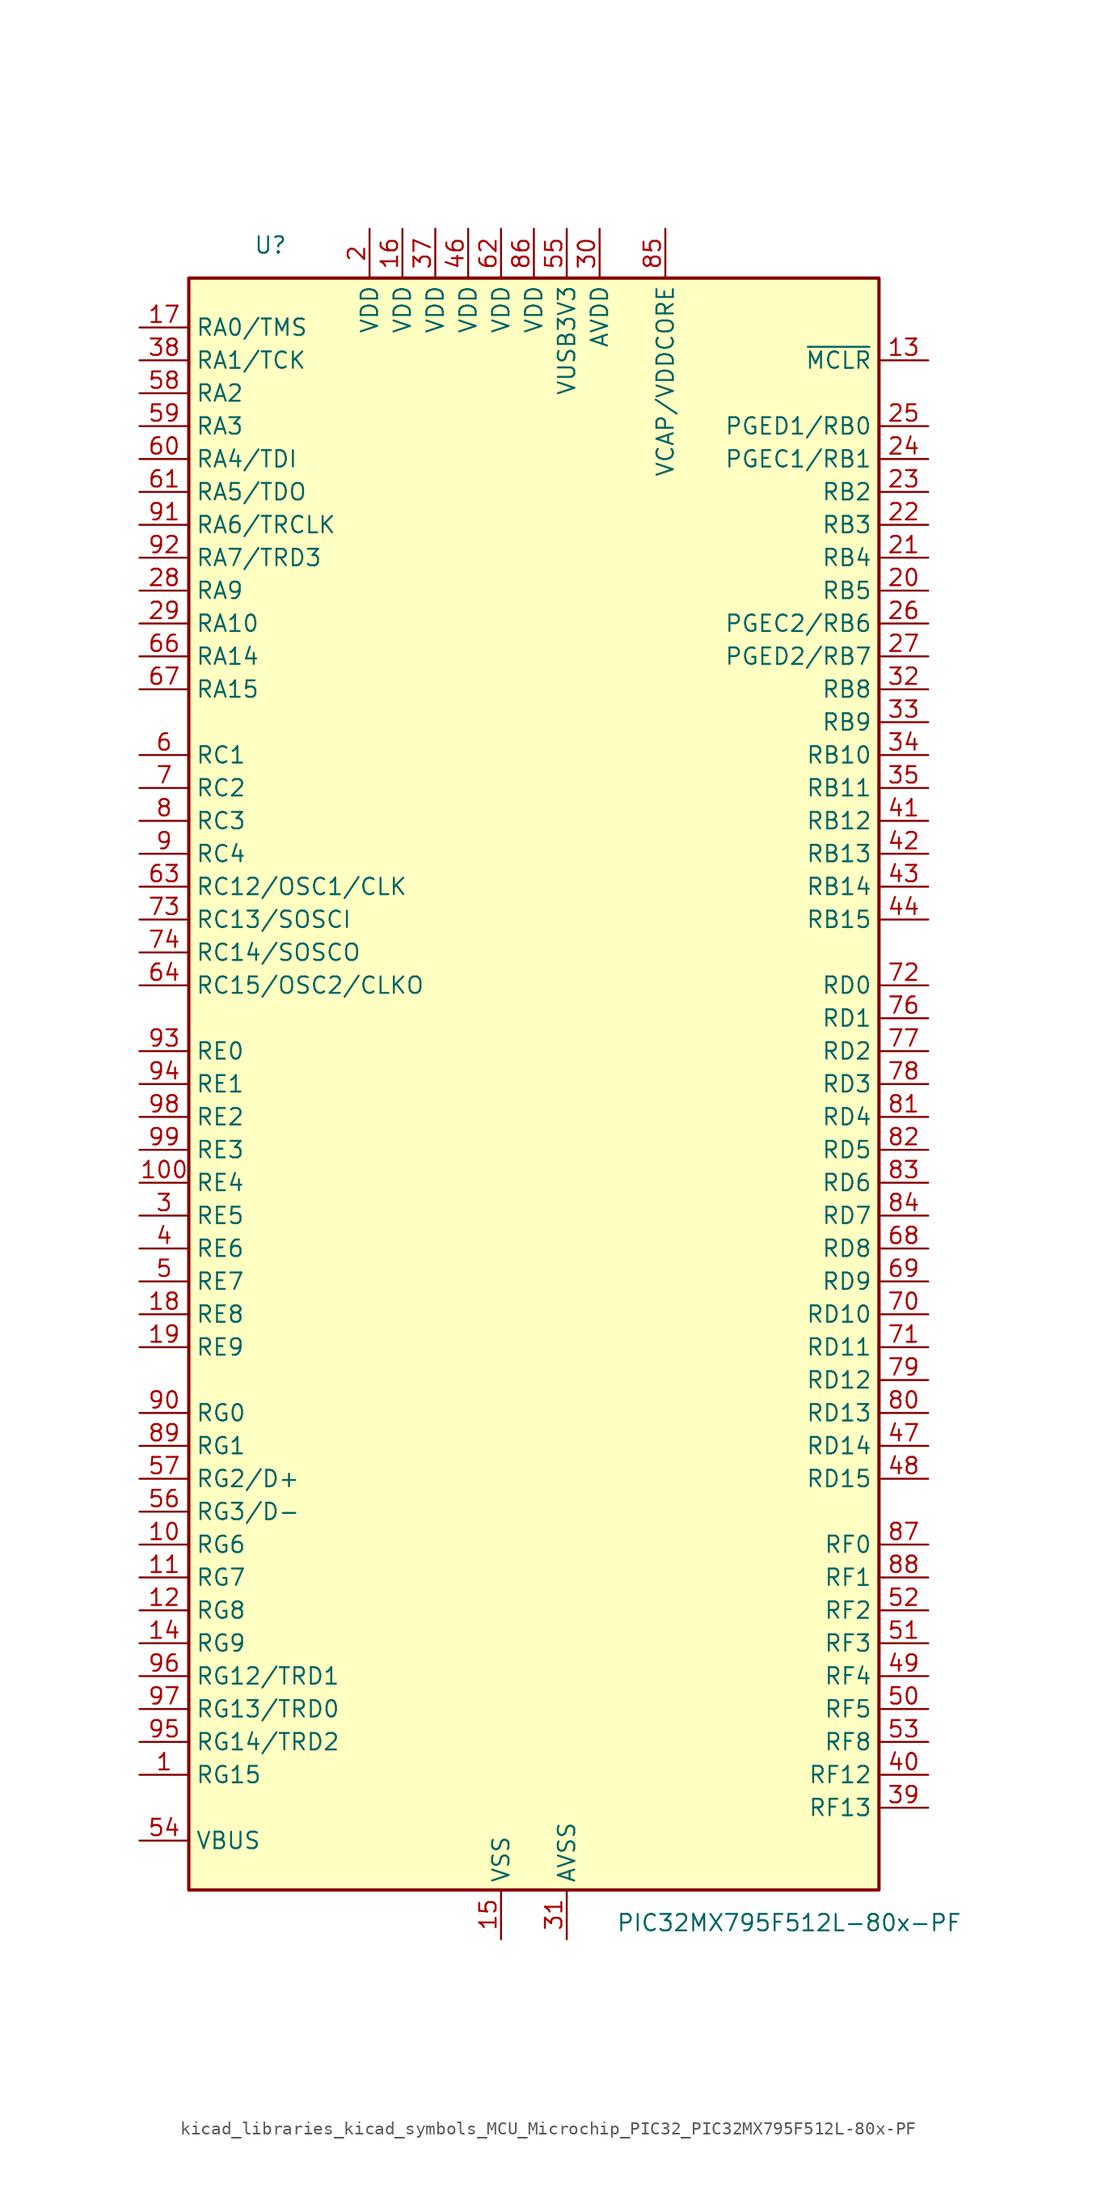
<source format=kicad_sym>
(kicad_symbol_lib
  (version 20220914)
  (generator kicad_symbol_editor)
  (symbol "kicad_libraries_kicad_symbols_MCU_Microchip_PIC32_PIC32MX795F512L-80x-PF"
    (property "Reference" "U"
      (at -19.05 64.77 0)
      (effects (font (size 1.27 1.27)) (justify right)))
    (property "Value" "PIC32MX795F512L-80x-PF"
      (at 6.35 -64.77 0)
      (effects (font (size 1.27 1.27)) (justify left)))
    (symbol "kicad_libraries_kicad_symbols_MCU_Microchip_PIC32_PIC32MX795F512L-80x-PF_0_1"
      (rectangle (start -26.67 62.23) (end 26.67 -62.23) (stroke (width 0.254) (type default)) (fill (type background))))
    (symbol "kicad_libraries_kicad_symbols_MCU_Microchip_PIC32_PIC32MX795F512L-80x-PF_1_1"
      (pin bidirectional line (at -30.48 -53.34 0) (length 3.81) (name "RG15" (effects (font (size 1.27 1.27)))) (number "1" (effects (font (size 1.27 1.27)))))
      (pin bidirectional line (at -30.48 -35.56 0) (length 3.81) (name "RG6" (effects (font (size 1.27 1.27)))) (number "10" (effects (font (size 1.27 1.27)))))
      (pin bidirectional line (at -30.48 -7.62 0) (length 3.81) (name "RE4" (effects (font (size 1.27 1.27)))) (number "100" (effects (font (size 1.27 1.27)))))
      (pin bidirectional line (at -30.48 -38.1 0) (length 3.81) (name "RG7" (effects (font (size 1.27 1.27)))) (number "11" (effects (font (size 1.27 1.27)))))
      (pin bidirectional line (at -30.48 -40.64 0) (length 3.81) (name "RG8" (effects (font (size 1.27 1.27)))) (number "12" (effects (font (size 1.27 1.27)))))
      (pin input line (at 30.48 55.88 180) (length 3.81) (name "~{MCLR}" (effects (font (size 1.27 1.27)))) (number "13" (effects (font (size 1.27 1.27)))))
      (pin bidirectional line (at -30.48 -43.18 0) (length 3.81) (name "RG9" (effects (font (size 1.27 1.27)))) (number "14" (effects (font (size 1.27 1.27)))))
      (pin power_in line (at -2.54 -66.04 90) (length 3.81) (name "VSS" (effects (font (size 1.27 1.27)))) (number "15" (effects (font (size 1.27 1.27)))))
      (pin power_in line (at -10.16 66.04 270) (length 3.81) (name "VDD" (effects (font (size 1.27 1.27)))) (number "16" (effects (font (size 1.27 1.27)))))
      (pin bidirectional line (at -30.48 58.42 0) (length 3.81) (name "RA0/TMS" (effects (font (size 1.27 1.27)))) (number "17" (effects (font (size 1.27 1.27)))))
      (pin bidirectional line (at -30.48 -17.78 0) (length 3.81) (name "RE8" (effects (font (size 1.27 1.27)))) (number "18" (effects (font (size 1.27 1.27)))))
      (pin bidirectional line (at -30.48 -20.32 0) (length 3.81) (name "RE9" (effects (font (size 1.27 1.27)))) (number "19" (effects (font (size 1.27 1.27)))))
      (pin power_in line (at -12.7 66.04 270) (length 3.81) (name "VDD" (effects (font (size 1.27 1.27)))) (number "2" (effects (font (size 1.27 1.27)))))
      (pin bidirectional line (at 30.48 38.1 180) (length 3.81) (name "RB5" (effects (font (size 1.27 1.27)))) (number "20" (effects (font (size 1.27 1.27)))))
      (pin bidirectional line (at 30.48 40.64 180) (length 3.81) (name "RB4" (effects (font (size 1.27 1.27)))) (number "21" (effects (font (size 1.27 1.27)))))
      (pin bidirectional line (at 30.48 43.18 180) (length 3.81) (name "RB3" (effects (font (size 1.27 1.27)))) (number "22" (effects (font (size 1.27 1.27)))))
      (pin bidirectional line (at 30.48 45.72 180) (length 3.81) (name "RB2" (effects (font (size 1.27 1.27)))) (number "23" (effects (font (size 1.27 1.27)))))
      (pin bidirectional line (at 30.48 48.26 180) (length 3.81) (name "PGEC1/RB1" (effects (font (size 1.27 1.27)))) (number "24" (effects (font (size 1.27 1.27)))))
      (pin bidirectional line (at 30.48 50.8 180) (length 3.81) (name "PGED1/RB0" (effects (font (size 1.27 1.27)))) (number "25" (effects (font (size 1.27 1.27)))))
      (pin bidirectional line (at 30.48 35.56 180) (length 3.81) (name "PGEC2/RB6" (effects (font (size 1.27 1.27)))) (number "26" (effects (font (size 1.27 1.27)))))
      (pin bidirectional line (at 30.48 33.02 180) (length 3.81) (name "PGED2/RB7" (effects (font (size 1.27 1.27)))) (number "27" (effects (font (size 1.27 1.27)))))
      (pin bidirectional line (at -30.48 38.1 0) (length 3.81) (name "RA9" (effects (font (size 1.27 1.27)))) (number "28" (effects (font (size 1.27 1.27)))))
      (pin bidirectional line (at -30.48 35.56 0) (length 3.81) (name "RA10" (effects (font (size 1.27 1.27)))) (number "29" (effects (font (size 1.27 1.27)))))
      (pin bidirectional line (at -30.48 -10.16 0) (length 3.81) (name "RE5" (effects (font (size 1.27 1.27)))) (number "3" (effects (font (size 1.27 1.27)))))
      (pin power_in line (at 5.08 66.04 270) (length 3.81) (name "AVDD" (effects (font (size 1.27 1.27)))) (number "30" (effects (font (size 1.27 1.27)))))
      (pin power_in line (at 2.54 -66.04 90) (length 3.81) (name "AVSS" (effects (font (size 1.27 1.27)))) (number "31" (effects (font (size 1.27 1.27)))))
      (pin bidirectional line (at 30.48 30.48 180) (length 3.81) (name "RB8" (effects (font (size 1.27 1.27)))) (number "32" (effects (font (size 1.27 1.27)))))
      (pin bidirectional line (at 30.48 27.94 180) (length 3.81) (name "RB9" (effects (font (size 1.27 1.27)))) (number "33" (effects (font (size 1.27 1.27)))))
      (pin bidirectional line (at 30.48 25.4 180) (length 3.81) (name "RB10" (effects (font (size 1.27 1.27)))) (number "34" (effects (font (size 1.27 1.27)))))
      (pin bidirectional line (at 30.48 22.86 180) (length 3.81) (name "RB11" (effects (font (size 1.27 1.27)))) (number "35" (effects (font (size 1.27 1.27)))))
      (pin passive line (at -2.54 -66.04 90) (length 3.81) hide (name "VSS" (effects (font (size 1.27 1.27)))) (number "36" (effects (font (size 1.27 1.27)))))
      (pin power_in line (at -7.62 66.04 270) (length 3.81) (name "VDD" (effects (font (size 1.27 1.27)))) (number "37" (effects (font (size 1.27 1.27)))))
      (pin bidirectional line (at -30.48 55.88 0) (length 3.81) (name "RA1/TCK" (effects (font (size 1.27 1.27)))) (number "38" (effects (font (size 1.27 1.27)))))
      (pin bidirectional line (at 30.48 -55.88 180) (length 3.81) (name "RF13" (effects (font (size 1.27 1.27)))) (number "39" (effects (font (size 1.27 1.27)))))
      (pin bidirectional line (at -30.48 -12.7 0) (length 3.81) (name "RE6" (effects (font (size 1.27 1.27)))) (number "4" (effects (font (size 1.27 1.27)))))
      (pin bidirectional line (at 30.48 -53.34 180) (length 3.81) (name "RF12" (effects (font (size 1.27 1.27)))) (number "40" (effects (font (size 1.27 1.27)))))
      (pin bidirectional line (at 30.48 20.32 180) (length 3.81) (name "RB12" (effects (font (size 1.27 1.27)))) (number "41" (effects (font (size 1.27 1.27)))))
      (pin bidirectional line (at 30.48 17.78 180) (length 3.81) (name "RB13" (effects (font (size 1.27 1.27)))) (number "42" (effects (font (size 1.27 1.27)))))
      (pin bidirectional line (at 30.48 15.24 180) (length 3.81) (name "RB14" (effects (font (size 1.27 1.27)))) (number "43" (effects (font (size 1.27 1.27)))))
      (pin bidirectional line (at 30.48 12.7 180) (length 3.81) (name "RB15" (effects (font (size 1.27 1.27)))) (number "44" (effects (font (size 1.27 1.27)))))
      (pin passive line (at -2.54 -66.04 90) (length 3.81) hide (name "VSS" (effects (font (size 1.27 1.27)))) (number "45" (effects (font (size 1.27 1.27)))))
      (pin power_in line (at -5.08 66.04 270) (length 3.81) (name "VDD" (effects (font (size 1.27 1.27)))) (number "46" (effects (font (size 1.27 1.27)))))
      (pin bidirectional line (at 30.48 -27.94 180) (length 3.81) (name "RD14" (effects (font (size 1.27 1.27)))) (number "47" (effects (font (size 1.27 1.27)))))
      (pin bidirectional line (at 30.48 -30.48 180) (length 3.81) (name "RD15" (effects (font (size 1.27 1.27)))) (number "48" (effects (font (size 1.27 1.27)))))
      (pin bidirectional line (at 30.48 -45.72 180) (length 3.81) (name "RF4" (effects (font (size 1.27 1.27)))) (number "49" (effects (font (size 1.27 1.27)))))
      (pin bidirectional line (at -30.48 -15.24 0) (length 3.81) (name "RE7" (effects (font (size 1.27 1.27)))) (number "5" (effects (font (size 1.27 1.27)))))
      (pin bidirectional line (at 30.48 -48.26 180) (length 3.81) (name "RF5" (effects (font (size 1.27 1.27)))) (number "50" (effects (font (size 1.27 1.27)))))
      (pin bidirectional line (at 30.48 -43.18 180) (length 3.81) (name "RF3" (effects (font (size 1.27 1.27)))) (number "51" (effects (font (size 1.27 1.27)))))
      (pin bidirectional line (at 30.48 -40.64 180) (length 3.81) (name "RF2" (effects (font (size 1.27 1.27)))) (number "52" (effects (font (size 1.27 1.27)))))
      (pin bidirectional line (at 30.48 -50.8 180) (length 3.81) (name "RF8" (effects (font (size 1.27 1.27)))) (number "53" (effects (font (size 1.27 1.27)))))
      (pin input line (at -30.48 -58.42 0) (length 3.81) (name "VBUS" (effects (font (size 1.27 1.27)))) (number "54" (effects (font (size 1.27 1.27)))))
      (pin power_in line (at 2.54 66.04 270) (length 3.81) (name "VUSB3V3" (effects (font (size 1.27 1.27)))) (number "55" (effects (font (size 1.27 1.27)))))
      (pin bidirectional line (at -30.48 -33.02 0) (length 3.81) (name "RG3/D-" (effects (font (size 1.27 1.27)))) (number "56" (effects (font (size 1.27 1.27)))))
      (pin bidirectional line (at -30.48 -30.48 0) (length 3.81) (name "RG2/D+" (effects (font (size 1.27 1.27)))) (number "57" (effects (font (size 1.27 1.27)))))
      (pin bidirectional line (at -30.48 53.34 0) (length 3.81) (name "RA2" (effects (font (size 1.27 1.27)))) (number "58" (effects (font (size 1.27 1.27)))))
      (pin bidirectional line (at -30.48 50.8 0) (length 3.81) (name "RA3" (effects (font (size 1.27 1.27)))) (number "59" (effects (font (size 1.27 1.27)))))
      (pin bidirectional line (at -30.48 25.4 0) (length 3.81) (name "RC1" (effects (font (size 1.27 1.27)))) (number "6" (effects (font (size 1.27 1.27)))))
      (pin bidirectional line (at -30.48 48.26 0) (length 3.81) (name "RA4/TDI" (effects (font (size 1.27 1.27)))) (number "60" (effects (font (size 1.27 1.27)))))
      (pin bidirectional line (at -30.48 45.72 0) (length 3.81) (name "RA5/TDO" (effects (font (size 1.27 1.27)))) (number "61" (effects (font (size 1.27 1.27)))))
      (pin power_in line (at -2.54 66.04 270) (length 3.81) (name "VDD" (effects (font (size 1.27 1.27)))) (number "62" (effects (font (size 1.27 1.27)))))
      (pin bidirectional line (at -30.48 15.24 0) (length 3.81) (name "RC12/OSC1/CLK" (effects (font (size 1.27 1.27)))) (number "63" (effects (font (size 1.27 1.27)))))
      (pin bidirectional line (at -30.48 7.62 0) (length 3.81) (name "RC15/OSC2/CLKO" (effects (font (size 1.27 1.27)))) (number "64" (effects (font (size 1.27 1.27)))))
      (pin passive line (at -2.54 -66.04 90) (length 3.81) hide (name "VSS" (effects (font (size 1.27 1.27)))) (number "65" (effects (font (size 1.27 1.27)))))
      (pin bidirectional line (at -30.48 33.02 0) (length 3.81) (name "RA14" (effects (font (size 1.27 1.27)))) (number "66" (effects (font (size 1.27 1.27)))))
      (pin bidirectional line (at -30.48 30.48 0) (length 3.81) (name "RA15" (effects (font (size 1.27 1.27)))) (number "67" (effects (font (size 1.27 1.27)))))
      (pin bidirectional line (at 30.48 -12.7 180) (length 3.81) (name "RD8" (effects (font (size 1.27 1.27)))) (number "68" (effects (font (size 1.27 1.27)))))
      (pin bidirectional line (at 30.48 -15.24 180) (length 3.81) (name "RD9" (effects (font (size 1.27 1.27)))) (number "69" (effects (font (size 1.27 1.27)))))
      (pin bidirectional line (at -30.48 22.86 0) (length 3.81) (name "RC2" (effects (font (size 1.27 1.27)))) (number "7" (effects (font (size 1.27 1.27)))))
      (pin bidirectional line (at 30.48 -17.78 180) (length 3.81) (name "RD10" (effects (font (size 1.27 1.27)))) (number "70" (effects (font (size 1.27 1.27)))))
      (pin bidirectional line (at 30.48 -20.32 180) (length 3.81) (name "RD11" (effects (font (size 1.27 1.27)))) (number "71" (effects (font (size 1.27 1.27)))))
      (pin bidirectional line (at 30.48 7.62 180) (length 3.81) (name "RD0" (effects (font (size 1.27 1.27)))) (number "72" (effects (font (size 1.27 1.27)))))
      (pin bidirectional line (at -30.48 12.7 0) (length 3.81) (name "RC13/SOSCI" (effects (font (size 1.27 1.27)))) (number "73" (effects (font (size 1.27 1.27)))))
      (pin bidirectional line (at -30.48 10.16 0) (length 3.81) (name "RC14/SOSCO" (effects (font (size 1.27 1.27)))) (number "74" (effects (font (size 1.27 1.27)))))
      (pin passive line (at -2.54 -66.04 90) (length 3.81) hide (name "VSS" (effects (font (size 1.27 1.27)))) (number "75" (effects (font (size 1.27 1.27)))))
      (pin bidirectional line (at 30.48 5.08 180) (length 3.81) (name "RD1" (effects (font (size 1.27 1.27)))) (number "76" (effects (font (size 1.27 1.27)))))
      (pin bidirectional line (at 30.48 2.54 180) (length 3.81) (name "RD2" (effects (font (size 1.27 1.27)))) (number "77" (effects (font (size 1.27 1.27)))))
      (pin bidirectional line (at 30.48 0 180) (length 3.81) (name "RD3" (effects (font (size 1.27 1.27)))) (number "78" (effects (font (size 1.27 1.27)))))
      (pin bidirectional line (at 30.48 -22.86 180) (length 3.81) (name "RD12" (effects (font (size 1.27 1.27)))) (number "79" (effects (font (size 1.27 1.27)))))
      (pin bidirectional line (at -30.48 20.32 0) (length 3.81) (name "RC3" (effects (font (size 1.27 1.27)))) (number "8" (effects (font (size 1.27 1.27)))))
      (pin bidirectional line (at 30.48 -25.4 180) (length 3.81) (name "RD13" (effects (font (size 1.27 1.27)))) (number "80" (effects (font (size 1.27 1.27)))))
      (pin bidirectional line (at 30.48 -2.54 180) (length 3.81) (name "RD4" (effects (font (size 1.27 1.27)))) (number "81" (effects (font (size 1.27 1.27)))))
      (pin bidirectional line (at 30.48 -5.08 180) (length 3.81) (name "RD5" (effects (font (size 1.27 1.27)))) (number "82" (effects (font (size 1.27 1.27)))))
      (pin bidirectional line (at 30.48 -7.62 180) (length 3.81) (name "RD6" (effects (font (size 1.27 1.27)))) (number "83" (effects (font (size 1.27 1.27)))))
      (pin bidirectional line (at 30.48 -10.16 180) (length 3.81) (name "RD7" (effects (font (size 1.27 1.27)))) (number "84" (effects (font (size 1.27 1.27)))))
      (pin power_out line (at 10.16 66.04 270) (length 3.81) (name "VCAP/VDDCORE" (effects (font (size 1.27 1.27)))) (number "85" (effects (font (size 1.27 1.27)))))
      (pin power_in line (at 0 66.04 270) (length 3.81) (name "VDD" (effects (font (size 1.27 1.27)))) (number "86" (effects (font (size 1.27 1.27)))))
      (pin bidirectional line (at 30.48 -35.56 180) (length 3.81) (name "RF0" (effects (font (size 1.27 1.27)))) (number "87" (effects (font (size 1.27 1.27)))))
      (pin bidirectional line (at 30.48 -38.1 180) (length 3.81) (name "RF1" (effects (font (size 1.27 1.27)))) (number "88" (effects (font (size 1.27 1.27)))))
      (pin bidirectional line (at -30.48 -27.94 0) (length 3.81) (name "RG1" (effects (font (size 1.27 1.27)))) (number "89" (effects (font (size 1.27 1.27)))))
      (pin bidirectional line (at -30.48 17.78 0) (length 3.81) (name "RC4" (effects (font (size 1.27 1.27)))) (number "9" (effects (font (size 1.27 1.27)))))
      (pin bidirectional line (at -30.48 -25.4 0) (length 3.81) (name "RG0" (effects (font (size 1.27 1.27)))) (number "90" (effects (font (size 1.27 1.27)))))
      (pin bidirectional line (at -30.48 43.18 0) (length 3.81) (name "RA6/TRCLK" (effects (font (size 1.27 1.27)))) (number "91" (effects (font (size 1.27 1.27)))))
      (pin bidirectional line (at -30.48 40.64 0) (length 3.81) (name "RA7/TRD3" (effects (font (size 1.27 1.27)))) (number "92" (effects (font (size 1.27 1.27)))))
      (pin bidirectional line (at -30.48 2.54 0) (length 3.81) (name "RE0" (effects (font (size 1.27 1.27)))) (number "93" (effects (font (size 1.27 1.27)))))
      (pin bidirectional line (at -30.48 0 0) (length 3.81) (name "RE1" (effects (font (size 1.27 1.27)))) (number "94" (effects (font (size 1.27 1.27)))))
      (pin bidirectional line (at -30.48 -50.8 0) (length 3.81) (name "RG14/TRD2" (effects (font (size 1.27 1.27)))) (number "95" (effects (font (size 1.27 1.27)))))
      (pin bidirectional line (at -30.48 -45.72 0) (length 3.81) (name "RG12/TRD1" (effects (font (size 1.27 1.27)))) (number "96" (effects (font (size 1.27 1.27)))))
      (pin bidirectional line (at -30.48 -48.26 0) (length 3.81) (name "RG13/TRD0" (effects (font (size 1.27 1.27)))) (number "97" (effects (font (size 1.27 1.27)))))
      (pin bidirectional line (at -30.48 -2.54 0) (length 3.81) (name "RE2" (effects (font (size 1.27 1.27)))) (number "98" (effects (font (size 1.27 1.27)))))
      (pin bidirectional line (at -30.48 -5.08 0) (length 3.81) (name "RE3" (effects (font (size 1.27 1.27)))) (number "99" (effects (font (size 1.27 1.27))))))))
</source>
